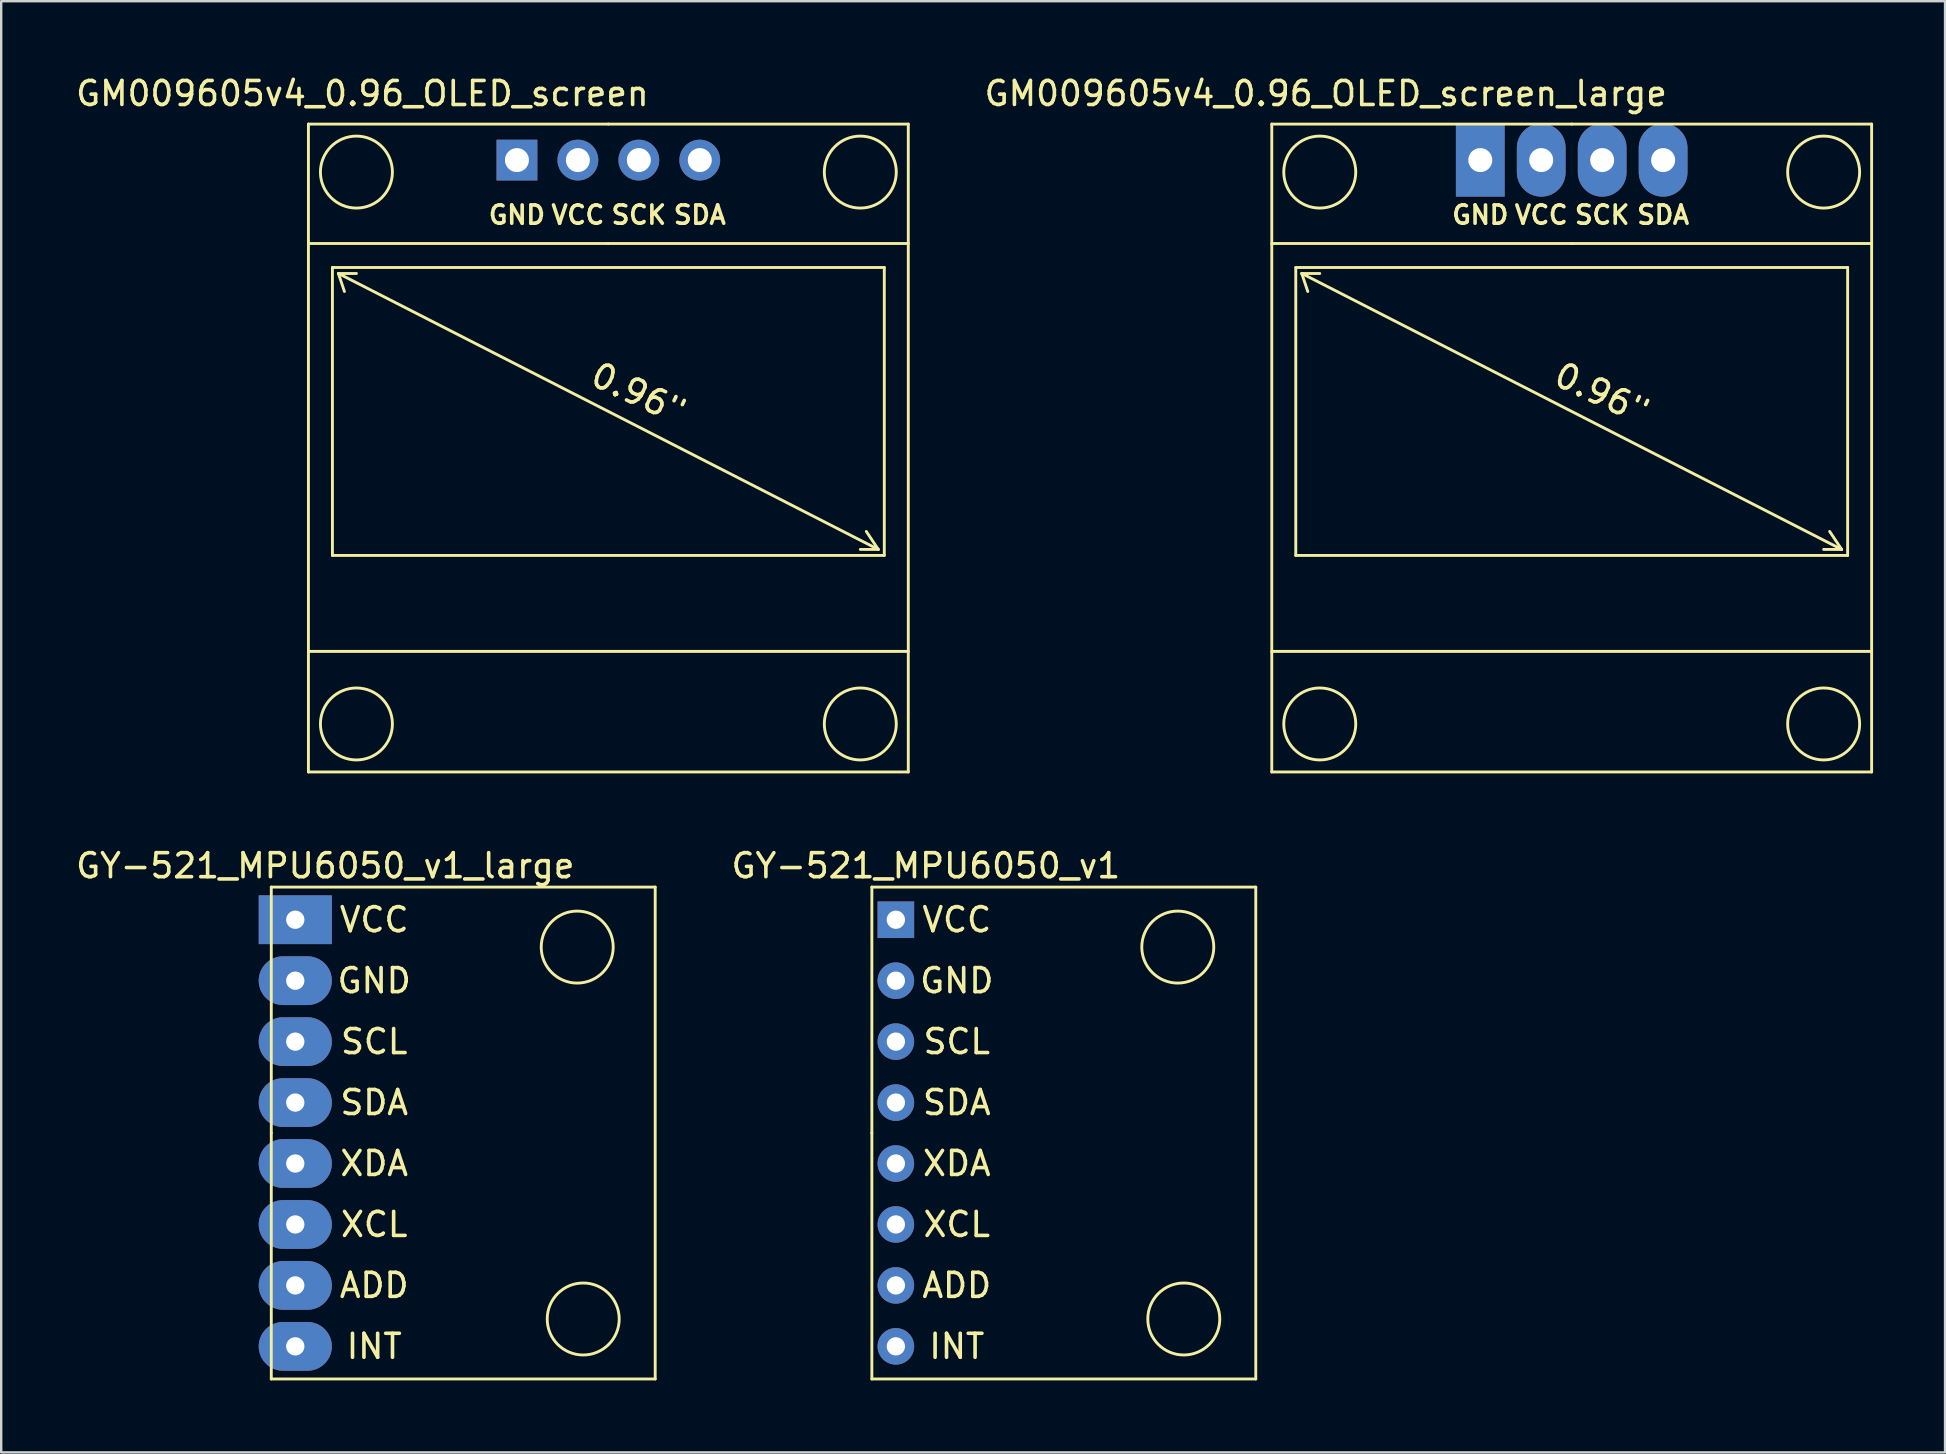
<source format=kicad_pcb>
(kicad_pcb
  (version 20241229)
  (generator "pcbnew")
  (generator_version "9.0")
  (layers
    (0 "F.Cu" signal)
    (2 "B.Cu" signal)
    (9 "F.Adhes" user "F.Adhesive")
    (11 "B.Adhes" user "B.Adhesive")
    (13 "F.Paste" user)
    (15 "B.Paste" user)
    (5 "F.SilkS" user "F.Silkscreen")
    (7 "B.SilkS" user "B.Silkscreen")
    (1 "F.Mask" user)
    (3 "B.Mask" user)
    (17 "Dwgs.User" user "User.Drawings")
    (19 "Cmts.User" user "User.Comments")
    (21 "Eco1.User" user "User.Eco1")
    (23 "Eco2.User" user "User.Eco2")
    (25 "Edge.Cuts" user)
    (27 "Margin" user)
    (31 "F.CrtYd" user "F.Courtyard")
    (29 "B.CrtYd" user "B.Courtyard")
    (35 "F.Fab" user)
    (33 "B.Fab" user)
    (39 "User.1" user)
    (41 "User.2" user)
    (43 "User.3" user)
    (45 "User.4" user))
  (footprint "GM009605v4_0.96_OLED_screen_large"
    (layer "F.Cu")
    (at 58.703 3.598)
    (property "Reference" "GM009605v4_0.96_OLED_screen_large" (at -6.5 -2.75 0) (layer "F.SilkS") (effects (font (size 1 1) (thickness 0.15))))
    (attr through_hole)
    (fp_line (start -8.75 -1.476) (end 3.75 -1.476) (stroke (width 0.12) (type solid)) (layer "F.SilkS"))
    (fp_line (start -8.75 20.5) (end 16.25 20.5) (stroke (width 0.12) (type solid)) (layer "F.SilkS"))
    (fp_line (start -8.75 25.524) (end -8.75 -1.476) (stroke (width 0.12) (type solid)) (layer "F.SilkS"))
    (fp_line (start -7.75 4.5) (end -7.75 16.5) (stroke (width 0.12) (type solid)) (layer "F.SilkS"))
    (fp_line (start -7.75 16.5) (end 15.25 16.5) (stroke (width 0.12) (type solid)) (layer "F.SilkS"))
    (fp_line (start -7.5 4.75) (end -7.25 5.5) (stroke (width 0.12) (type solid)) (layer "F.SilkS"))
    (fp_line (start -7.5 4.75) (end -6.75 4.75) (stroke (width 0.12) (type solid)) (layer "F.SilkS"))
    (fp_line (start -7.5 4.75) (end 15 16.25) (stroke (width 0.12) (type solid)) (layer "F.SilkS"))
    (fp_line (start 3.75 -1.476) (end 16.25 -1.476) (stroke (width 0.12) (type solid)) (layer "F.SilkS"))
    (fp_line (start 3.75 3.5) (end -8.75 3.5) (stroke (width 0.12) (type solid)) (layer "F.SilkS"))
    (fp_line (start 3.75 3.5) (end 16.25 3.5) (stroke (width 0.12) (type solid)) (layer "F.SilkS"))
    (fp_line (start 15 16.25) (end 14.25 16.25) (stroke (width 0.12) (type solid)) (layer "F.SilkS"))
    (fp_line (start 15 16.25) (end 14.5 15.5) (stroke (width 0.12) (type solid)) (layer "F.SilkS"))
    (fp_line (start 15.25 4.5) (end -7.75 4.5) (stroke (width 0.12) (type solid)) (layer "F.SilkS"))
    (fp_line (start 15.25 16.5) (end 15.25 4.5) (stroke (width 0.12) (type solid)) (layer "F.SilkS"))
    (fp_line (start 16.25 -1.476) (end 16.25 25.524) (stroke (width 0.12) (type solid)) (layer "F.SilkS"))
    (fp_line (start 16.25 25.524) (end -8.75 25.524) (stroke (width 0.12) (type solid)) (layer "F.SilkS"))
    (fp_circle (center -6.75 0.524) (end -5.25 0.524) (stroke (width 0.12) (type solid)) (fill no) (layer "F.SilkS"))
    (fp_circle (center -6.75 23.524) (end -5.25 23.524) (stroke (width 0.12) (type solid)) (fill no) (layer "F.SilkS"))
    (fp_circle (center 14.25 0.524) (end 15.75 0.524) (stroke (width 0.12) (type solid)) (fill no) (layer "F.SilkS"))
    (fp_circle (center 14.25 23.524) (end 15.75 23.524) (stroke (width 0.12) (type solid)) (fill no) (layer "F.SilkS"))
    (fp_text user "SCK" (at 5.02 2.31 0) (layer "F.SilkS") (effects (font (size 0.762 0.762) (thickness 0.15))))
    (fp_text user "0.96\"" (at 5 9.75 335) (layer "F.SilkS") (effects (font (size 1 1) (thickness 0.15))))
    (fp_text user "SDA" (at 7.56 2.31 0) (layer "F.SilkS") (effects (font (size 0.762 0.762) (thickness 0.15))))
    (fp_text user "GND" (at -0.06 2.31 0) (layer "F.SilkS") (effects (font (size 0.762 0.762) (thickness 0.15))))
    (fp_text user "VCC" (at 2.48 2.31 0) (layer "F.SilkS") (effects (font (size 0.762 0.762) (thickness 0.15))))
    (pad "1" thru_hole rect (at -0.06 0.024) (size 2.032 3.048) (drill 1) (layers "*.Cu" "*.Mask"))
    (pad "2" thru_hole oval (at 2.48 0.024) (size 2.032 3.048) (drill 1) (layers "*.Cu" "*.Mask"))
    (pad "3" thru_hole oval (at 5.02 0.024) (size 2.032 3.048) (drill 1) (layers "*.Cu" "*.Mask"))
    (pad "4" thru_hole oval (at 7.56 0.024) (size 2.032 3.048) (drill 1) (layers "*.Cu" "*.Mask")))
  (footprint "GY-521_MPU6050_v1"
    (layer "F.Cu")
    (at 34.286 35.281)
    (property "Reference" "GY-521_MPU6050_v1" (at 1.25 -2.25 0) (layer "F.SilkS") (effects (font (size 1 1) (thickness 0.15))))
    (attr through_hole)
    (fp_line (start -1 -1.36) (end 15 -1.36) (stroke (width 0.12) (type solid)) (layer "F.SilkS"))
    (fp_line (start -1 8.89) (end -1 -1.36) (stroke (width 0.12) (type solid)) (layer "F.SilkS"))
    (fp_line (start -1 19.14) (end -1 8.89) (stroke (width 0.12) (type solid)) (layer "F.SilkS"))
    (fp_line (start 15 -1.36) (end 15 19.14) (stroke (width 0.12) (type solid)) (layer "F.SilkS"))
    (fp_line (start 15 19.14) (end -1 19.14) (stroke (width 0.12) (type solid)) (layer "F.SilkS"))
    (fp_circle (center 11.75 1.14) (end 13.25 1.14) (stroke (width 0.12) (type solid)) (fill no) (layer "F.SilkS"))
    (fp_circle (center 12 16.64) (end 13.5 16.64) (stroke (width 0.12) (type solid)) (fill no) (layer "F.SilkS"))
    (fp_text user "INT" (at 2.54 17.78 0) (layer "F.SilkS") (effects (font (size 1 1) (thickness 0.15))))
    (fp_text user "ADD" (at 2.54 15.24 0) (layer "F.SilkS") (effects (font (size 1 1) (thickness 0.15))))
    (fp_text user "XDA" (at 2.54 10.16 0) (layer "F.SilkS") (effects (font (size 1 1) (thickness 0.15))))
    (fp_text user "VCC" (at 2.54 0 0) (layer "F.SilkS") (effects (font (size 1 1) (thickness 0.15))))
    (fp_text user "SDA" (at 2.54 7.62 0) (layer "F.SilkS") (effects (font (size 1 1) (thickness 0.15))))
    (fp_text user "SCL" (at 2.54 5.08 0) (layer "F.SilkS") (effects (font (size 1 1) (thickness 0.15))))
    (fp_text user "XCL" (at 2.54 12.7 0) (layer "F.SilkS") (effects (font (size 1 1) (thickness 0.15))))
    (fp_text user "GND" (at 2.54 2.54 0) (layer "F.SilkS") (effects (font (size 1 1) (thickness 0.15))))
    (pad "1" thru_hole rect (at 0 0) (size 1.524 1.524) (drill 0.762) (layers "*.Cu" "*.Mask"))
    (pad "2" thru_hole circle (at 0 2.54) (size 1.524 1.524) (drill 0.762) (layers "*.Cu" "*.Mask"))
    (pad "3" thru_hole circle (at 0 5.08) (size 1.524 1.524) (drill 0.762) (layers "*.Cu" "*.Mask"))
    (pad "4" thru_hole circle (at 0 7.62) (size 1.524 1.524) (drill 0.762) (layers "*.Cu" "*.Mask"))
    (pad "5" thru_hole circle (at 0 10.16) (size 1.524 1.524) (drill 0.762) (layers "*.Cu" "*.Mask"))
    (pad "6" thru_hole circle (at 0 12.7) (size 1.524 1.524) (drill 0.762) (layers "*.Cu" "*.Mask"))
    (pad "7" thru_hole circle (at 0 15.24) (size 1.524 1.524) (drill 0.762) (layers "*.Cu" "*.Mask"))
    (pad "8" thru_hole circle (at 0 17.78) (size 1.524 1.524) (drill 0.762) (layers "*.Cu" "*.Mask")))
  (footprint "GM009605v4_0.96_OLED_screen"
    (layer "F.Cu")
    (at 18.554 3.598)
    (property "Reference" "GM009605v4_0.96_OLED_screen" (at -6.5 -2.75 0) (layer "F.SilkS") (effects (font (size 1 1) (thickness 0.15))))
    (attr through_hole)
    (fp_line (start -8.75 -1.476) (end 3.75 -1.476) (stroke (width 0.12) (type solid)) (layer "F.SilkS"))
    (fp_line (start -8.75 20.5) (end 16.25 20.5) (stroke (width 0.12) (type solid)) (layer "F.SilkS"))
    (fp_line (start -8.75 25.524) (end -8.75 -1.476) (stroke (width 0.12) (type solid)) (layer "F.SilkS"))
    (fp_line (start -7.75 4.5) (end -7.75 16.5) (stroke (width 0.12) (type solid)) (layer "F.SilkS"))
    (fp_line (start -7.75 16.5) (end 15.25 16.5) (stroke (width 0.12) (type solid)) (layer "F.SilkS"))
    (fp_line (start -7.5 4.75) (end -7.25 5.5) (stroke (width 0.12) (type solid)) (layer "F.SilkS"))
    (fp_line (start -7.5 4.75) (end -6.75 4.75) (stroke (width 0.12) (type solid)) (layer "F.SilkS"))
    (fp_line (start -7.5 4.75) (end 15 16.25) (stroke (width 0.12) (type solid)) (layer "F.SilkS"))
    (fp_line (start 3.75 -1.476) (end 16.25 -1.476) (stroke (width 0.12) (type solid)) (layer "F.SilkS"))
    (fp_line (start 3.75 3.5) (end -8.75 3.5) (stroke (width 0.12) (type solid)) (layer "F.SilkS"))
    (fp_line (start 3.75 3.5) (end 16.25 3.5) (stroke (width 0.12) (type solid)) (layer "F.SilkS"))
    (fp_line (start 15 16.25) (end 14.25 16.25) (stroke (width 0.12) (type solid)) (layer "F.SilkS"))
    (fp_line (start 15 16.25) (end 14.5 15.5) (stroke (width 0.12) (type solid)) (layer "F.SilkS"))
    (fp_line (start 15.25 4.5) (end -7.75 4.5) (stroke (width 0.12) (type solid)) (layer "F.SilkS"))
    (fp_line (start 15.25 16.5) (end 15.25 4.5) (stroke (width 0.12) (type solid)) (layer "F.SilkS"))
    (fp_line (start 16.25 -1.476) (end 16.25 25.524) (stroke (width 0.12) (type solid)) (layer "F.SilkS"))
    (fp_line (start 16.25 25.524) (end -8.75 25.524) (stroke (width 0.12) (type solid)) (layer "F.SilkS"))
    (fp_circle (center -6.75 0.524) (end -5.25 0.524) (stroke (width 0.12) (type solid)) (fill no) (layer "F.SilkS"))
    (fp_circle (center -6.75 23.524) (end -5.25 23.524) (stroke (width 0.12) (type solid)) (fill no) (layer "F.SilkS"))
    (fp_circle (center 14.25 0.524) (end 15.75 0.524) (stroke (width 0.12) (type solid)) (fill no) (layer "F.SilkS"))
    (fp_circle (center 14.25 23.524) (end 15.75 23.524) (stroke (width 0.12) (type solid)) (fill no) (layer "F.SilkS"))
    (fp_text user "SDA" (at 7.56 2.31 0) (layer "F.SilkS") (effects (font (size 0.762 0.762) (thickness 0.15))))
    (fp_text user "VCC" (at 2.48 2.31 0) (layer "F.SilkS") (effects (font (size 0.762 0.762) (thickness 0.15))))
    (fp_text user "GND" (at -0.06 2.31 0) (layer "F.SilkS") (effects (font (size 0.762 0.762) (thickness 0.15))))
    (fp_text user "SCK" (at 5.02 2.31 0) (layer "F.SilkS") (effects (font (size 0.762 0.762) (thickness 0.15))))
    (fp_text user "0.96\"" (at 5 9.75 335) (layer "F.SilkS") (effects (font (size 1 1) (thickness 0.15))))
    (pad "1" thru_hole rect (at -0.06 0.024) (size 1.7 1.7) (drill 1) (layers "*.Cu" "*.Mask"))
    (pad "2" thru_hole oval (at 2.48 0.024) (size 1.7 1.7) (drill 1) (layers "*.Cu" "*.Mask"))
    (pad "3" thru_hole oval (at 5.02 0.024) (size 1.7 1.7) (drill 1) (layers "*.Cu" "*.Mask"))
    (pad "4" thru_hole oval (at 7.56 0.024) (size 1.7 1.7) (drill 1) (layers "*.Cu" "*.Mask")))
  (footprint "GY-521_MPU6050_v1_large"
    (layer "F.Cu")
    (at 9.256 35.281)
    (property "Reference" "GY-521_MPU6050_v1_large" (at 1.25 -2.25 0) (layer "F.SilkS") (effects (font (size 1 1) (thickness 0.15))))
    (attr through_hole)
    (fp_line (start -1 -1.36) (end 15 -1.36) (stroke (width 0.12) (type solid)) (layer "F.SilkS"))
    (fp_line (start -1 8.89) (end -1 -1.36) (stroke (width 0.12) (type solid)) (layer "F.SilkS"))
    (fp_line (start -1 19.14) (end -1 8.89) (stroke (width 0.12) (type solid)) (layer "F.SilkS"))
    (fp_line (start 15 -1.36) (end 15 19.14) (stroke (width 0.12) (type solid)) (layer "F.SilkS"))
    (fp_line (start 15 19.14) (end -1 19.14) (stroke (width 0.12) (type solid)) (layer "F.SilkS"))
    (fp_circle (center 11.75 1.14) (end 13.25 1.14) (stroke (width 0.12) (type solid)) (fill no) (layer "F.SilkS"))
    (fp_circle (center 12 16.64) (end 13.5 16.64) (stroke (width 0.12) (type solid)) (fill no) (layer "F.SilkS"))
    (fp_text user "ADD" (at 3.29 15.24 0) (layer "F.SilkS") (effects (font (size 1 1) (thickness 0.15))))
    (fp_text user "SCL" (at 3.29 5.08 0) (layer "F.SilkS") (effects (font (size 1 1) (thickness 0.15))))
    (fp_text user "SDA" (at 3.29 7.62 0) (layer "F.SilkS") (effects (font (size 1 1) (thickness 0.15))))
    (fp_text user "XCL" (at 3.29 12.7 0) (layer "F.SilkS") (effects (font (size 1 1) (thickness 0.15))))
    (fp_text user "VCC" (at 3.29 0 0) (layer "F.SilkS") (effects (font (size 1 1) (thickness 0.15))))
    (fp_text user "GND" (at 3.29 2.54 0) (layer "F.SilkS") (effects (font (size 1 1) (thickness 0.15))))
    (fp_text user "XDA" (at 3.29 10.16 0) (layer "F.SilkS") (effects (font (size 1 1) (thickness 0.15))))
    (fp_text user "INT" (at 3.29 17.78 0) (layer "F.SilkS") (effects (font (size 1 1) (thickness 0.15))))
    (pad "1" thru_hole rect (at 0 0) (size 3.048 2.032) (drill 0.762) (layers "*.Cu" "*.Mask"))
    (pad "2" thru_hole oval (at 0 2.54) (size 3.048 2.032) (drill 0.762) (layers "*.Cu" "*.Mask"))
    (pad "3" thru_hole oval (at 0 5.08) (size 3.048 2.032) (drill 0.762) (layers "*.Cu" "*.Mask"))
    (pad "4" thru_hole oval (at 0 7.62) (size 3.048 2.032) (drill 0.762) (layers "*.Cu" "*.Mask"))
    (pad "5" thru_hole oval (at 0 10.16) (size 3.048 2.032) (drill 0.762) (layers "*.Cu" "*.Mask"))
    (pad "6" thru_hole oval (at 0 12.7) (size 3.048 2.032) (drill 0.762) (layers "*.Cu" "*.Mask"))
    (pad "7" thru_hole oval (at 0 15.24) (size 3.048 2.032) (drill 0.762) (layers "*.Cu" "*.Mask"))
    (pad "8" thru_hole oval (at 0 17.78) (size 3.048 2.032) (drill 0.762) (layers "*.Cu" "*.Mask")))
  (gr_rect
    (start -3 -3)
    (end 78.013 57.48)
    (stroke (width 0.1) (type default))
    (fill no)
    (layer "Edge.Cuts")))
</source>
